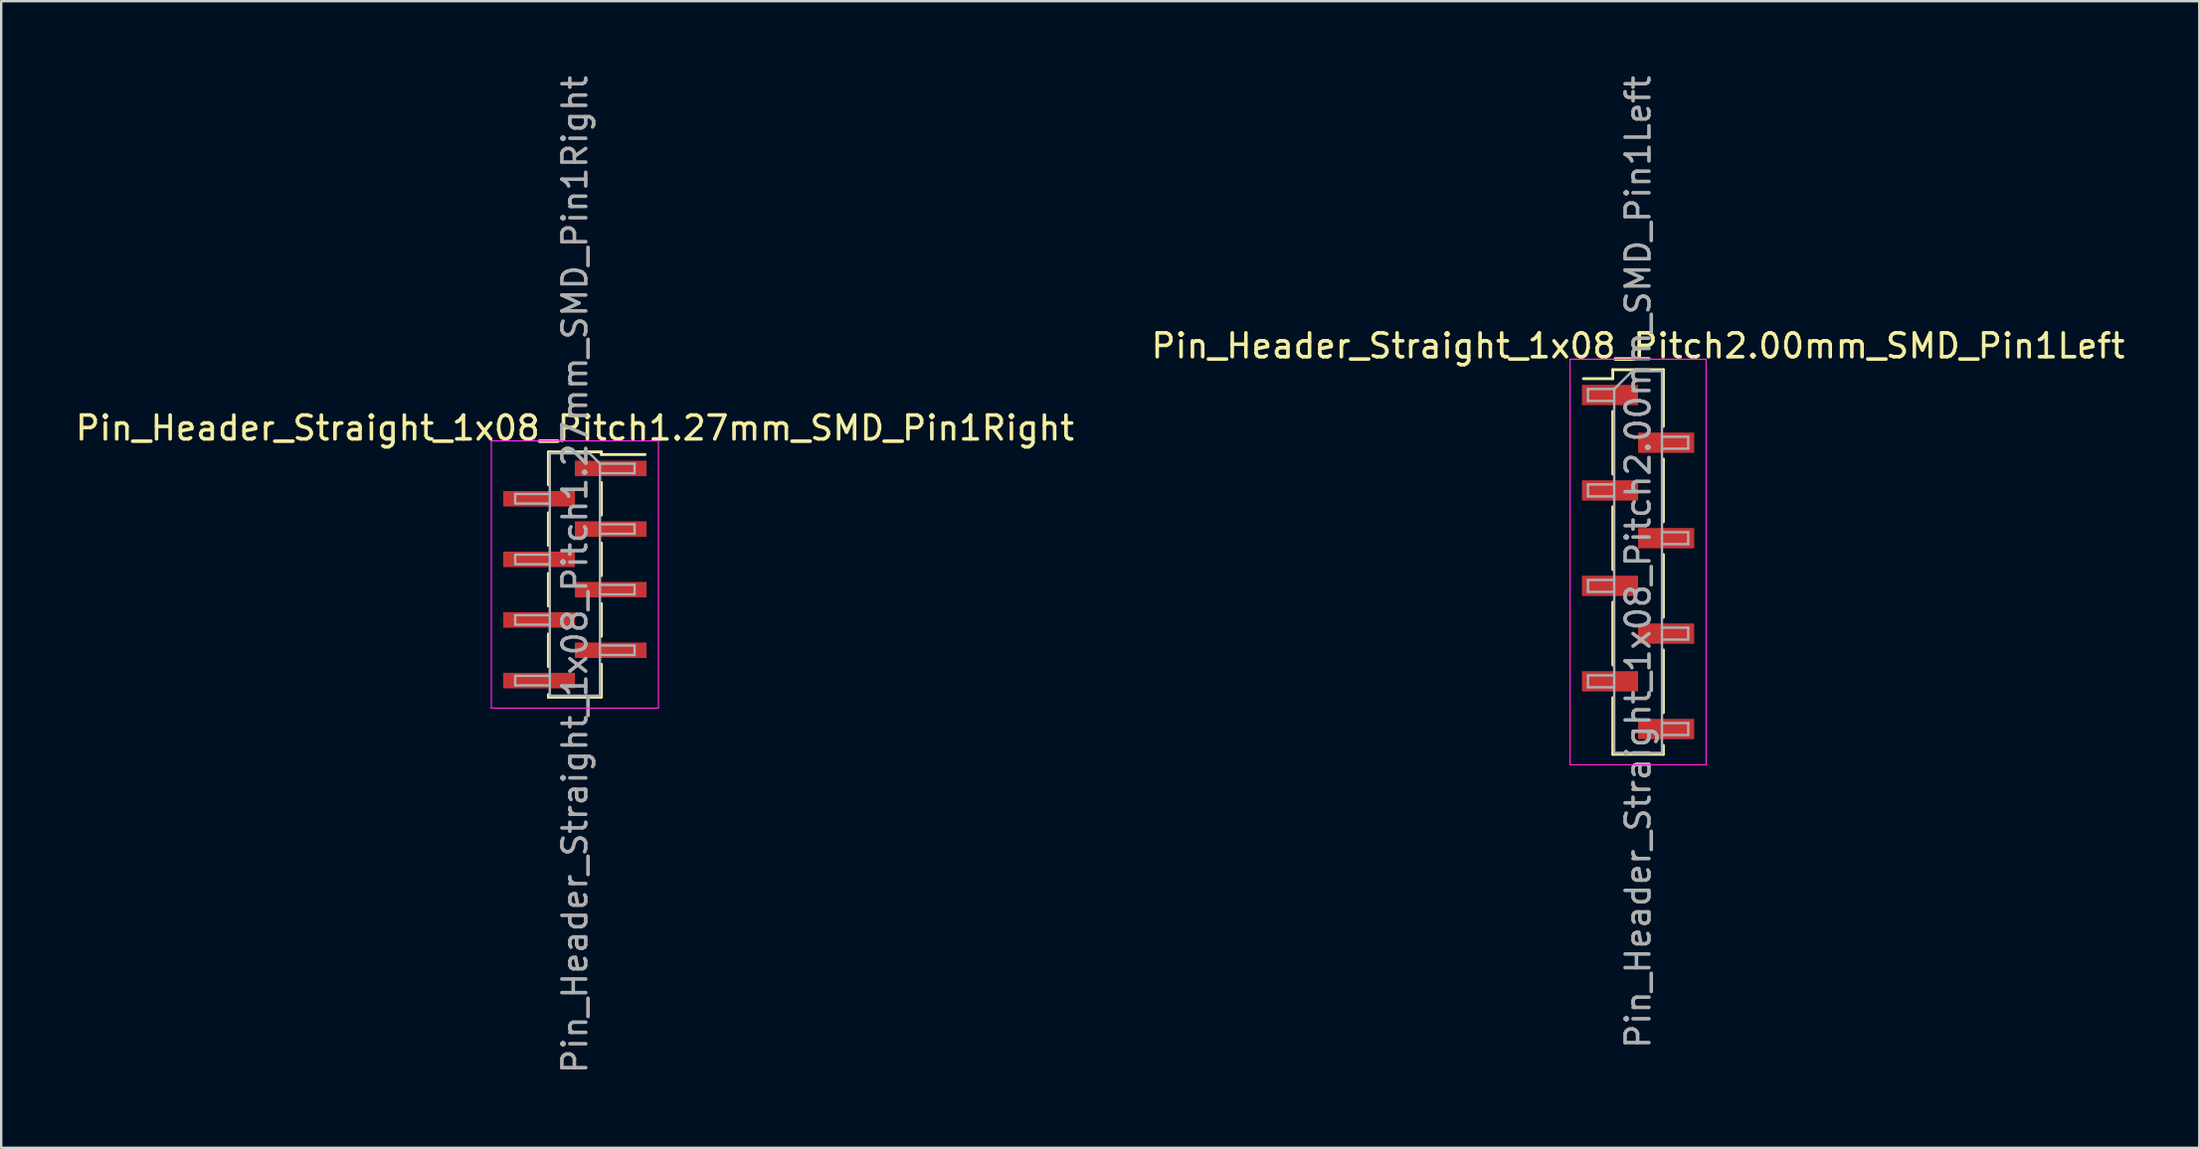
<source format=kicad_pcb>
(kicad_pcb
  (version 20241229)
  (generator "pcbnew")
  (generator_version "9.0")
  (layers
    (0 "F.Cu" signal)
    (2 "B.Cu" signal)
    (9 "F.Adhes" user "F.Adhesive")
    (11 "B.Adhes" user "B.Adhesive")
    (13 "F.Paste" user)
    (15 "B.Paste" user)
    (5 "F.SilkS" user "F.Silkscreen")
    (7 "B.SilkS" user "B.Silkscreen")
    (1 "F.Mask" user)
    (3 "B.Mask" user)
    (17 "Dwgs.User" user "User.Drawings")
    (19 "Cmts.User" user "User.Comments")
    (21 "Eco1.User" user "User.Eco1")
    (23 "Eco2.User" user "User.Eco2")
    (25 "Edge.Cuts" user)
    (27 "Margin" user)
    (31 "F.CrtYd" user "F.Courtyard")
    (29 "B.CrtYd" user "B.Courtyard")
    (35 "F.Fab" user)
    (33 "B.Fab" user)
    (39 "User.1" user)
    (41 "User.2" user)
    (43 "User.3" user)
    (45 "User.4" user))
  (footprint "Pin_Header_Straight_1x08_Pitch1.27mm_SMD_Pin1Right"
    (layer "F.Cu")
    (at 21.03 21.03)
    (property "Reference" "Pin_Header_Straight_1x08_Pitch1.27mm_SMD_Pin1Right" (at 0 -6.14 0) (layer "F.SilkS") (effects (font (size 1 1) (thickness 0.15))))
    (attr smd)
    (fp_line (start -1.11 -5.14) (end 1.11 -5.14) (stroke (width 0.12) (type solid)) (layer "F.SilkS"))
    (fp_line (start -1.11 -5.13) (end -1.11 -3.76) (stroke (width 0.12) (type solid)) (layer "F.SilkS"))
    (fp_line (start -1.11 -2.59) (end -1.11 -1.22) (stroke (width 0.12) (type solid)) (layer "F.SilkS"))
    (fp_line (start -1.11 -0.05) (end -1.11 1.32) (stroke (width 0.12) (type solid)) (layer "F.SilkS"))
    (fp_line (start -1.11 2.49) (end -1.11 3.86) (stroke (width 0.12) (type solid)) (layer "F.SilkS"))
    (fp_line (start -1.11 5.03) (end -1.11 5.14) (stroke (width 0.12) (type solid)) (layer "F.SilkS"))
    (fp_line (start -1.11 5.14) (end 1.11 5.14) (stroke (width 0.12) (type solid)) (layer "F.SilkS"))
    (fp_line (start 1.11 -5.14) (end 1.11 -5.03) (stroke (width 0.12) (type solid)) (layer "F.SilkS"))
    (fp_line (start 1.11 -5.03) (end 2.94 -5.03) (stroke (width 0.12) (type solid)) (layer "F.SilkS"))
    (fp_line (start 1.11 -3.86) (end 1.11 -2.49) (stroke (width 0.12) (type solid)) (layer "F.SilkS"))
    (fp_line (start 1.11 -1.32) (end 1.11 0.05) (stroke (width 0.12) (type solid)) (layer "F.SilkS"))
    (fp_line (start 1.11 1.22) (end 1.11 2.59) (stroke (width 0.12) (type solid)) (layer "F.SilkS"))
    (fp_line (start 1.11 3.76) (end 1.11 5.13) (stroke (width 0.12) (type solid)) (layer "F.SilkS"))
    (fp_line (start -3.5 -5.6) (end -3.5 5.6) (stroke (width 0.05) (type solid)) (layer "F.CrtYd"))
    (fp_line (start -3.5 5.6) (end 3.5 5.6) (stroke (width 0.05) (type solid)) (layer "F.CrtYd"))
    (fp_line (start 3.5 -5.6) (end -3.5 -5.6) (stroke (width 0.05) (type solid)) (layer "F.CrtYd"))
    (fp_line (start 3.5 5.6) (end 3.5 -5.6) (stroke (width 0.05) (type solid)) (layer "F.CrtYd"))
    (fp_line (start -2.5 -3.375) (end -2.5 -2.975) (stroke (width 0.1) (type solid)) (layer "F.Fab"))
    (fp_line (start -2.5 -2.975) (end -1.05 -2.975) (stroke (width 0.1) (type solid)) (layer "F.Fab"))
    (fp_line (start -2.5 -0.835) (end -2.5 -0.435) (stroke (width 0.1) (type solid)) (layer "F.Fab"))
    (fp_line (start -2.5 -0.435) (end -1.05 -0.435) (stroke (width 0.1) (type solid)) (layer "F.Fab"))
    (fp_line (start -2.5 1.705) (end -2.5 2.105) (stroke (width 0.1) (type solid)) (layer "F.Fab"))
    (fp_line (start -2.5 2.105) (end -1.05 2.105) (stroke (width 0.1) (type solid)) (layer "F.Fab"))
    (fp_line (start -2.5 4.245) (end -2.5 4.645) (stroke (width 0.1) (type solid)) (layer "F.Fab"))
    (fp_line (start -2.5 4.645) (end -1.05 4.645) (stroke (width 0.1) (type solid)) (layer "F.Fab"))
    (fp_line (start -1.05 -5.08) (end -1.05 5.08) (stroke (width 0.1) (type solid)) (layer "F.Fab"))
    (fp_line (start -1.05 -5.08) (end 0.615 -5.08) (stroke (width 0.1) (type solid)) (layer "F.Fab"))
    (fp_line (start -1.05 -3.375) (end -2.5 -3.375) (stroke (width 0.1) (type solid)) (layer "F.Fab"))
    (fp_line (start -1.05 -0.835) (end -2.5 -0.835) (stroke (width 0.1) (type solid)) (layer "F.Fab"))
    (fp_line (start -1.05 1.705) (end -2.5 1.705) (stroke (width 0.1) (type solid)) (layer "F.Fab"))
    (fp_line (start -1.05 4.245) (end -2.5 4.245) (stroke (width 0.1) (type solid)) (layer "F.Fab"))
    (fp_line (start 1.05 -4.645) (end 0.615 -5.08) (stroke (width 0.1) (type solid)) (layer "F.Fab"))
    (fp_line (start 1.05 -4.645) (end 2.5 -4.645) (stroke (width 0.1) (type solid)) (layer "F.Fab"))
    (fp_line (start 1.05 -2.105) (end 2.5 -2.105) (stroke (width 0.1) (type solid)) (layer "F.Fab"))
    (fp_line (start 1.05 0.435) (end 2.5 0.435) (stroke (width 0.1) (type solid)) (layer "F.Fab"))
    (fp_line (start 1.05 2.975) (end 2.5 2.975) (stroke (width 0.1) (type solid)) (layer "F.Fab"))
    (fp_line (start 1.05 5.08) (end -1.05 5.08) (stroke (width 0.1) (type solid)) (layer "F.Fab"))
    (fp_line (start 1.05 5.08) (end 1.05 -4.645) (stroke (width 0.1) (type solid)) (layer "F.Fab"))
    (fp_line (start 2.5 -4.645) (end 2.5 -4.245) (stroke (width 0.1) (type solid)) (layer "F.Fab"))
    (fp_line (start 2.5 -4.245) (end 1.05 -4.245) (stroke (width 0.1) (type solid)) (layer "F.Fab"))
    (fp_line (start 2.5 -2.105) (end 2.5 -1.705) (stroke (width 0.1) (type solid)) (layer "F.Fab"))
    (fp_line (start 2.5 -1.705) (end 1.05 -1.705) (stroke (width 0.1) (type solid)) (layer "F.Fab"))
    (fp_line (start 2.5 0.435) (end 2.5 0.835) (stroke (width 0.1) (type solid)) (layer "F.Fab"))
    (fp_line (start 2.5 0.835) (end 1.05 0.835) (stroke (width 0.1) (type solid)) (layer "F.Fab"))
    (fp_line (start 2.5 2.975) (end 2.5 3.375) (stroke (width 0.1) (type solid)) (layer "F.Fab"))
    (fp_line (start 2.5 3.375) (end 1.05 3.375) (stroke (width 0.1) (type solid)) (layer "F.Fab"))
    (fp_text user "${REFERENCE}" (at 0 0 90) (layer "F.Fab") (effects (font (size 1 1) (thickness 0.15))))
    (pad "1" smd rect (at 1.5 -4.445) (size 3 0.65) (layers "F.Cu" "F.Mask" "F.Paste"))
    (pad "2" smd rect (at -1.5 -3.175) (size 3 0.65) (layers "F.Cu" "F.Mask" "F.Paste"))
    (pad "3" smd rect (at 1.5 -1.905) (size 3 0.65) (layers "F.Cu" "F.Mask" "F.Paste"))
    (pad "4" smd rect (at -1.5 -0.635) (size 3 0.65) (layers "F.Cu" "F.Mask" "F.Paste"))
    (pad "5" smd rect (at 1.5 0.635) (size 3 0.65) (layers "F.Cu" "F.Mask" "F.Paste"))
    (pad "6" smd rect (at -1.5 1.905) (size 3 0.65) (layers "F.Cu" "F.Mask" "F.Paste"))
    (pad "7" smd rect (at 1.5 3.175) (size 3 0.65) (layers "F.Cu" "F.Mask" "F.Paste"))
    (pad "8" smd rect (at -1.5 4.445) (size 3 0.65) (layers "F.Cu" "F.Mask" "F.Paste")))
  (footprint "Pin_Header_Straight_1x08_Pitch2.00mm_SMD_Pin1Left"
    (layer "F.Cu")
    (at 65.565 20.506)
    (property "Reference" "Pin_Header_Straight_1x08_Pitch2.00mm_SMD_Pin1Left" (at 0 -9.06 0) (layer "F.SilkS") (effects (font (size 1 1) (thickness 0.15))))
    (attr smd)
    (fp_line (start -1.06 -8.06) (end -1.06 -7.685) (stroke (width 0.12) (type solid)) (layer "F.SilkS"))
    (fp_line (start -1.06 -8.06) (end 1.06 -8.06) (stroke (width 0.12) (type solid)) (layer "F.SilkS"))
    (fp_line (start -1.06 -7.685) (end -2.29 -7.685) (stroke (width 0.12) (type solid)) (layer "F.SilkS"))
    (fp_line (start -1.06 -6.315) (end -1.06 -3.685) (stroke (width 0.12) (type solid)) (layer "F.SilkS"))
    (fp_line (start -1.06 -2.315) (end -1.06 0.315) (stroke (width 0.12) (type solid)) (layer "F.SilkS"))
    (fp_line (start -1.06 1.685) (end -1.06 4.315) (stroke (width 0.12) (type solid)) (layer "F.SilkS"))
    (fp_line (start -1.06 5.685) (end -1.06 8.06) (stroke (width 0.12) (type solid)) (layer "F.SilkS"))
    (fp_line (start -1.06 8.06) (end 1.06 8.06) (stroke (width 0.12) (type solid)) (layer "F.SilkS"))
    (fp_line (start 1.06 -8.06) (end 1.06 -5.685) (stroke (width 0.12) (type solid)) (layer "F.SilkS"))
    (fp_line (start 1.06 -4.315) (end 1.06 -1.685) (stroke (width 0.12) (type solid)) (layer "F.SilkS"))
    (fp_line (start 1.06 -0.315) (end 1.06 2.315) (stroke (width 0.12) (type solid)) (layer "F.SilkS"))
    (fp_line (start 1.06 3.685) (end 1.06 6.315) (stroke (width 0.12) (type solid)) (layer "F.SilkS"))
    (fp_line (start 1.06 7.685) (end 1.06 8.06) (stroke (width 0.12) (type solid)) (layer "F.SilkS"))
    (fp_line (start -2.85 -8.5) (end -2.85 8.5) (stroke (width 0.05) (type solid)) (layer "F.CrtYd"))
    (fp_line (start -2.85 8.5) (end 2.85 8.5) (stroke (width 0.05) (type solid)) (layer "F.CrtYd"))
    (fp_line (start 2.85 -8.5) (end -2.85 -8.5) (stroke (width 0.05) (type solid)) (layer "F.CrtYd"))
    (fp_line (start 2.85 8.5) (end 2.85 -8.5) (stroke (width 0.05) (type solid)) (layer "F.CrtYd"))
    (fp_line (start -2.1 -7.25) (end -2.1 -6.75) (stroke (width 0.1) (type solid)) (layer "F.Fab"))
    (fp_line (start -2.1 -6.75) (end -1 -6.75) (stroke (width 0.1) (type solid)) (layer "F.Fab"))
    (fp_line (start -2.1 -3.25) (end -2.1 -2.75) (stroke (width 0.1) (type solid)) (layer "F.Fab"))
    (fp_line (start -2.1 -2.75) (end -1 -2.75) (stroke (width 0.1) (type solid)) (layer "F.Fab"))
    (fp_line (start -2.1 0.75) (end -2.1 1.25) (stroke (width 0.1) (type solid)) (layer "F.Fab"))
    (fp_line (start -2.1 1.25) (end -1 1.25) (stroke (width 0.1) (type solid)) (layer "F.Fab"))
    (fp_line (start -2.1 4.75) (end -2.1 5.25) (stroke (width 0.1) (type solid)) (layer "F.Fab"))
    (fp_line (start -2.1 5.25) (end -1 5.25) (stroke (width 0.1) (type solid)) (layer "F.Fab"))
    (fp_line (start -1 -7.25) (end -2.1 -7.25) (stroke (width 0.1) (type solid)) (layer "F.Fab"))
    (fp_line (start -1 -7.25) (end -0.25 -8) (stroke (width 0.1) (type solid)) (layer "F.Fab"))
    (fp_line (start -1 -3.25) (end -2.1 -3.25) (stroke (width 0.1) (type solid)) (layer "F.Fab"))
    (fp_line (start -1 0.75) (end -2.1 0.75) (stroke (width 0.1) (type solid)) (layer "F.Fab"))
    (fp_line (start -1 4.75) (end -2.1 4.75) (stroke (width 0.1) (type solid)) (layer "F.Fab"))
    (fp_line (start -1 8) (end -1 -7.25) (stroke (width 0.1) (type solid)) (layer "F.Fab"))
    (fp_line (start -0.25 -8) (end 1 -8) (stroke (width 0.1) (type solid)) (layer "F.Fab"))
    (fp_line (start 1 -8) (end 1 8) (stroke (width 0.1) (type solid)) (layer "F.Fab"))
    (fp_line (start 1 -5.25) (end 2.1 -5.25) (stroke (width 0.1) (type solid)) (layer "F.Fab"))
    (fp_line (start 1 -1.25) (end 2.1 -1.25) (stroke (width 0.1) (type solid)) (layer "F.Fab"))
    (fp_line (start 1 2.75) (end 2.1 2.75) (stroke (width 0.1) (type solid)) (layer "F.Fab"))
    (fp_line (start 1 6.75) (end 2.1 6.75) (stroke (width 0.1) (type solid)) (layer "F.Fab"))
    (fp_line (start 1 8) (end -1 8) (stroke (width 0.1) (type solid)) (layer "F.Fab"))
    (fp_line (start 2.1 -5.25) (end 2.1 -4.75) (stroke (width 0.1) (type solid)) (layer "F.Fab"))
    (fp_line (start 2.1 -4.75) (end 1 -4.75) (stroke (width 0.1) (type solid)) (layer "F.Fab"))
    (fp_line (start 2.1 -1.25) (end 2.1 -0.75) (stroke (width 0.1) (type solid)) (layer "F.Fab"))
    (fp_line (start 2.1 -0.75) (end 1 -0.75) (stroke (width 0.1) (type solid)) (layer "F.Fab"))
    (fp_line (start 2.1 2.75) (end 2.1 3.25) (stroke (width 0.1) (type solid)) (layer "F.Fab"))
    (fp_line (start 2.1 3.25) (end 1 3.25) (stroke (width 0.1) (type solid)) (layer "F.Fab"))
    (fp_line (start 2.1 6.75) (end 2.1 7.25) (stroke (width 0.1) (type solid)) (layer "F.Fab"))
    (fp_line (start 2.1 7.25) (end 1 7.25) (stroke (width 0.1) (type solid)) (layer "F.Fab"))
    (fp_text user "${REFERENCE}" (at 0 0 90) (layer "F.Fab") (effects (font (size 1 1) (thickness 0.15))))
    (pad "1" smd rect (at -1.175 -7) (size 2.35 0.85) (layers "F.Cu" "F.Mask" "F.Paste"))
    (pad "2" smd rect (at 1.175 -5) (size 2.35 0.85) (layers "F.Cu" "F.Mask" "F.Paste"))
    (pad "3" smd rect (at -1.175 -3) (size 2.35 0.85) (layers "F.Cu" "F.Mask" "F.Paste"))
    (pad "4" smd rect (at 1.175 -1) (size 2.35 0.85) (layers "F.Cu" "F.Mask" "F.Paste"))
    (pad "5" smd rect (at -1.175 1) (size 2.35 0.85) (layers "F.Cu" "F.Mask" "F.Paste"))
    (pad "6" smd rect (at 1.175 3) (size 2.35 0.85) (layers "F.Cu" "F.Mask" "F.Paste"))
    (pad "7" smd rect (at -1.175 5) (size 2.35 0.85) (layers "F.Cu" "F.Mask" "F.Paste"))
    (pad "8" smd rect (at 1.175 7) (size 2.35 0.85) (layers "F.Cu" "F.Mask" "F.Paste")))
  (gr_rect
    (start -3 -3)
    (end 89.071 45.06)
    (stroke (width 0.1) (type default))
    (fill no)
    (layer "Edge.Cuts")))
</source>
